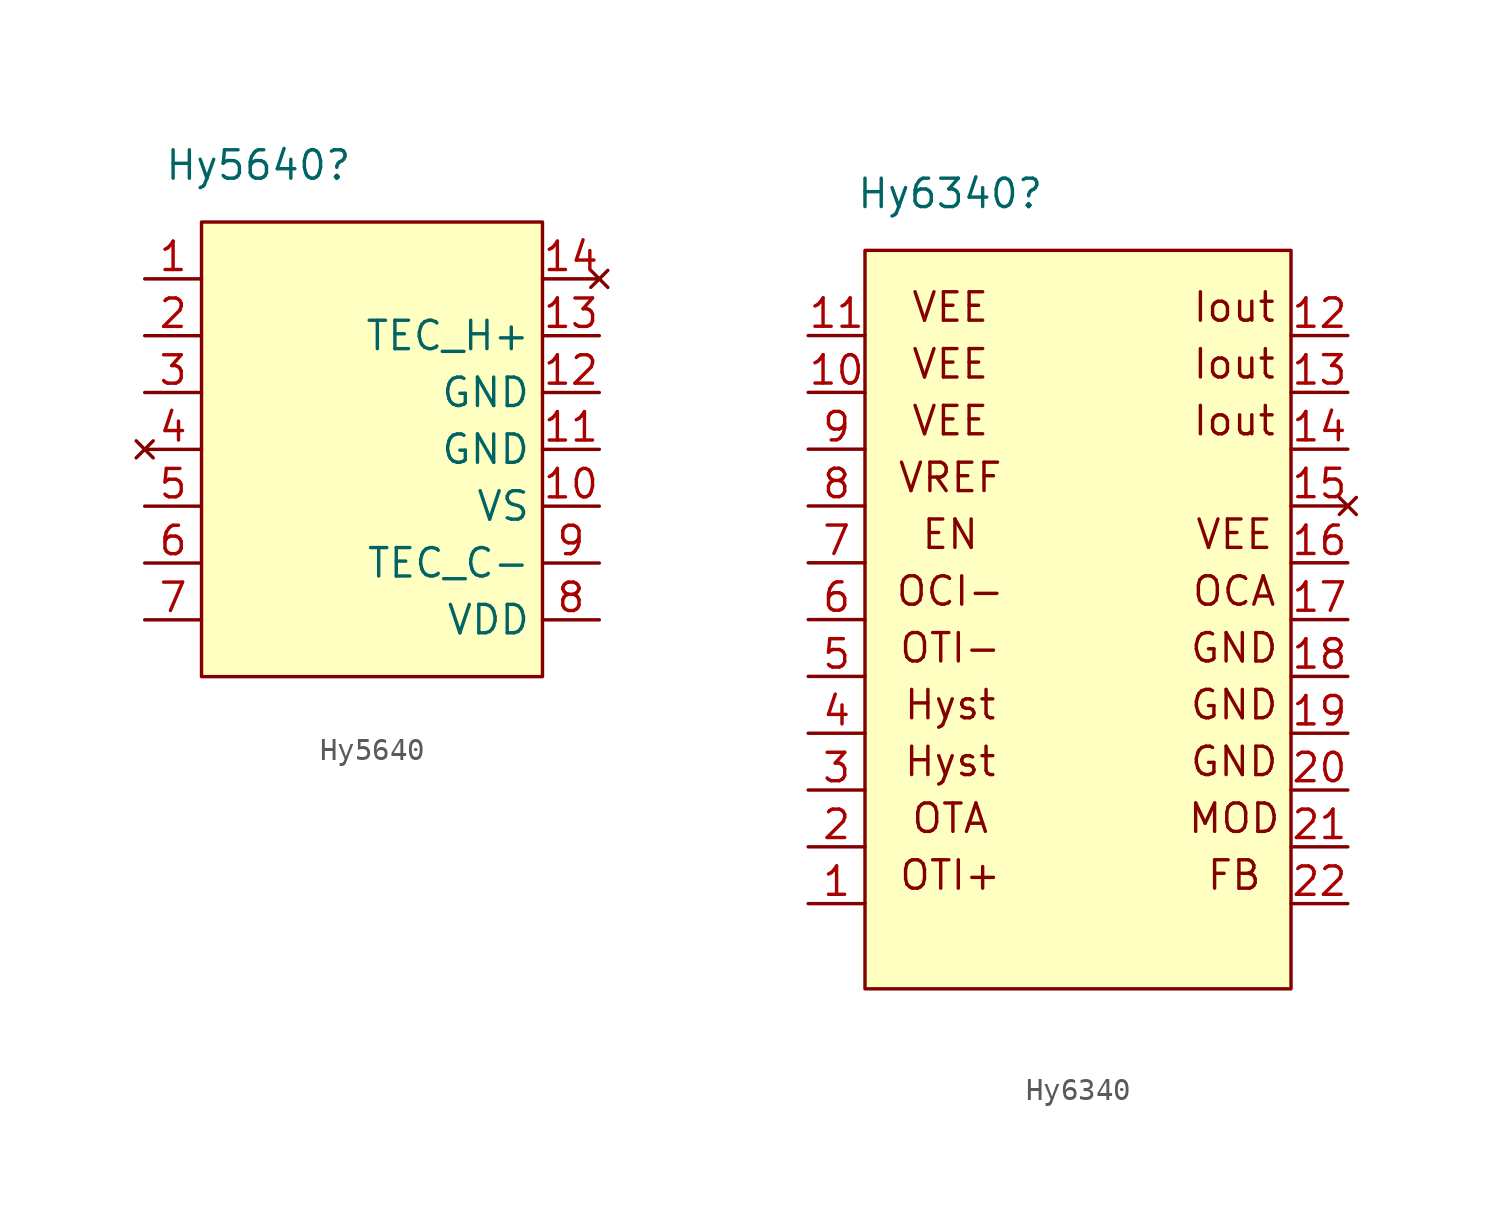
<source format=kicad_sym>
(kicad_symbol_lib
  (version 20220914)
  (generator kicad_symbol_editor)
  (symbol "Hy5640"
    (property "Reference" "Hy5640"
      (at -2.54 10.16 0)
      (effects (font (size 1.27 1.27))))
    (property "Value" ""
      (at -7.62 2.54 0)
      (effects (font (size 1.27 1.27))))
    (symbol "Hy5640_1_1"
      (rectangle (start -5.08 7.62) (end 10.16 -12.7) (stroke (width 0) (type default)) (fill (type background)))
      (pin input line (at -7.62 5.08 0) (length 2.54) (name "" (effects (font (size 1.27 1.27)))) (number "1" (effects (font (size 1.27 1.27)))))
      (pin input line (at 12.7 -5.08 180) (length 2.54) (name "VS" (effects (font (size 1.27 1.27)))) (number "10" (effects (font (size 1.27 1.27)))))
      (pin input line (at 12.7 -2.54 180) (length 2.54) (name "GND" (effects (font (size 1.27 1.27)))) (number "11" (effects (font (size 1.27 1.27)))))
      (pin input line (at 12.7 0 180) (length 2.54) (name "GND" (effects (font (size 1.27 1.27)))) (number "12" (effects (font (size 1.27 1.27)))))
      (pin bidirectional line (at 12.7 2.54 180) (length 2.54) (name "TEC_H+" (effects (font (size 1.27 1.27)))) (number "13" (effects (font (size 1.27 1.27)))))
      (pin no_connect line (at 12.7 5.08 180) (length 2.54) (name "" (effects (font (size 1.27 1.27)))) (number "14" (effects (font (size 1.27 1.27)))))
      (pin input line (at -7.62 2.54 0) (length 2.54) (name "" (effects (font (size 1.27 1.27)))) (number "2" (effects (font (size 1.27 1.27)))))
      (pin input line (at -7.62 0 0) (length 2.54) (name "" (effects (font (size 1.27 1.27)))) (number "3" (effects (font (size 1.27 1.27)))))
      (pin no_connect line (at -7.62 -2.54 0) (length 2.54) (name "" (effects (font (size 1.27 1.27)))) (number "4" (effects (font (size 1.27 1.27)))))
      (pin input line (at -7.62 -5.08 0) (length 2.54) (name "" (effects (font (size 1.27 1.27)))) (number "5" (effects (font (size 1.27 1.27)))))
      (pin input line (at -7.62 -7.62 0) (length 2.54) (name "" (effects (font (size 1.27 1.27)))) (number "6" (effects (font (size 1.27 1.27)))))
      (pin input line (at -7.62 -10.16 0) (length 2.54) (name "" (effects (font (size 1.27 1.27)))) (number "7" (effects (font (size 1.27 1.27)))))
      (pin input line (at 12.7 -10.16 180) (length 2.54) (name "VDD" (effects (font (size 1.27 1.27)))) (number "8" (effects (font (size 1.27 1.27)))))
      (pin bidirectional line (at 12.7 -7.62 180) (length 2.54) (name "TEC_C-" (effects (font (size 1.27 1.27)))) (number "9" (effects (font (size 1.27 1.27)))))))
  (symbol "Hy6340"
    (pin_names
      (offset 50))
    (property "Reference" "Hy6340"
      (at 0 27.94 0)
      (effects (font (size 1.27 1.27))))
    (property "Value" ""
      (at 0 0 0)
      (effects (font (size 1.27 1.27))))
    (symbol "Hy6340_1_1"
      (rectangle (start -3.81 25.4) (end 15.24 -7.62) (stroke (width 0) (type default)) (fill (type background)))
      (text "EN" (at 0 12.7 0) (effects (font (size 1.27 1.27))))
      (text "FB" (at 12.7 -2.54 0) (effects (font (size 1.27 1.27))))
      (text "GND" (at 12.7 2.54 0) (effects (font (size 1.27 1.27))))
      (text "GND" (at 12.7 5.08 0) (effects (font (size 1.27 1.27))))
      (text "GND" (at 12.7 7.62 0) (effects (font (size 1.27 1.27))))
      (text "Hyst" (at 0 2.54 0) (effects (font (size 1.27 1.27))))
      (text "Hyst" (at 0 5.08 0) (effects (font (size 1.27 1.27))))
      (text "Iout" (at 12.7 17.78 0) (effects (font (size 1.27 1.27))))
      (text "Iout" (at 12.7 20.32 0) (effects (font (size 1.27 1.27))))
      (text "Iout" (at 12.7 22.86 0) (effects (font (size 1.27 1.27))))
      (text "MOD" (at 12.7 0 0) (effects (font (size 1.27 1.27))))
      (text "OCA\n" (at 12.7 10.16 0) (effects (font (size 1.27 1.27))))
      (text "OCI-" (at 0 10.16 0) (effects (font (size 1.27 1.27))))
      (text "OTA" (at 0 0 0) (effects (font (size 1.27 1.27))))
      (text "OTI+" (at 0 -2.54 0) (effects (font (size 1.27 1.27))))
      (text "OTI-" (at 0 7.62 0) (effects (font (size 1.27 1.27))))
      (text "VEE" (at 0 17.78 0) (effects (font (size 1.27 1.27))))
      (text "VEE" (at 0 20.32 0) (effects (font (size 1.27 1.27))))
      (text "VEE" (at 0 22.86 0) (effects (font (size 1.27 1.27))))
      (text "VEE" (at 12.7 12.7 0) (effects (font (size 1.27 1.27))))
      (text "VREF" (at 0 15.24 0) (effects (font (size 1.27 1.27))))
      (pin input line (at -6.35 -3.81 0) (length 2.54) (name "" (effects (font (size 1.27 1.27)))) (number "1" (effects (font (size 1.27 1.27)))))
      (pin input line (at -6.35 19.05 0) (length 2.54) (name "" (effects (font (size 1.27 1.27)))) (number "10" (effects (font (size 1.27 1.27)))))
      (pin input line (at -6.35 21.59 0) (length 2.54) (name "" (effects (font (size 1.27 1.27)))) (number "11" (effects (font (size 1.27 1.27)))))
      (pin output line (at 17.78 21.59 180) (length 2.54) (name "" (effects (font (size 1.27 1.27)))) (number "12" (effects (font (size 1.27 1.27)))))
      (pin output line (at 17.78 19.05 180) (length 2.54) (name "" (effects (font (size 1.27 1.27)))) (number "13" (effects (font (size 1.27 1.27)))))
      (pin output line (at 17.78 16.51 180) (length 2.54) (name "" (effects (font (size 1.27 1.27)))) (number "14" (effects (font (size 1.27 1.27)))))
      (pin no_connect line (at 17.78 13.97 180) (length 2.54) (name "" (effects (font (size 1.27 1.27)))) (number "15" (effects (font (size 1.27 1.27)))))
      (pin input line (at 17.78 11.43 180) (length 2.54) (name "" (effects (font (size 1.27 1.27)))) (number "16" (effects (font (size 1.27 1.27)))))
      (pin output line (at 17.78 8.89 180) (length 2.54) (name "" (effects (font (size 1.27 1.27)))) (number "17" (effects (font (size 1.27 1.27)))))
      (pin input line (at 17.78 6.35 180) (length 2.54) (name "" (effects (font (size 1.27 1.27)))) (number "18" (effects (font (size 1.27 1.27)))))
      (pin input line (at 17.78 3.81 180) (length 2.54) (name "" (effects (font (size 1.27 1.27)))) (number "19" (effects (font (size 1.27 1.27)))))
      (pin output line (at -6.35 -1.27 0) (length 2.54) (name "" (effects (font (size 1.27 1.27)))) (number "2" (effects (font (size 1.27 1.27)))))
      (pin input line (at 17.78 1.27 180) (length 2.54) (name "" (effects (font (size 1.27 1.27)))) (number "20" (effects (font (size 1.27 1.27)))))
      (pin input line (at 17.78 -1.27 180) (length 2.54) (name "" (effects (font (size 1.27 1.27)))) (number "21" (effects (font (size 1.27 1.27)))))
      (pin input line (at 17.78 -3.81 180) (length 2.54) (name "" (effects (font (size 1.27 1.27)))) (number "22" (effects (font (size 1.27 1.27)))))
      (pin input line (at -6.35 1.27 0) (length 2.54) (name "" (effects (font (size 1.27 1.27)))) (number "3" (effects (font (size 1.27 1.27)))))
      (pin input line (at -6.35 3.81 0) (length 2.54) (name "" (effects (font (size 1.27 1.27)))) (number "4" (effects (font (size 1.27 1.27)))))
      (pin input line (at -6.35 6.35 0) (length 2.54) (name "" (effects (font (size 1.27 1.27)))) (number "5" (effects (font (size 1.27 1.27)))))
      (pin input line (at -6.35 8.89 0) (length 2.54) (name "" (effects (font (size 1.27 1.27)))) (number "6" (effects (font (size 1.27 1.27)))))
      (pin input line (at -6.35 11.43 0) (length 2.54) (name "" (effects (font (size 1.27 1.27)))) (number "7" (effects (font (size 1.27 1.27)))))
      (pin output line (at -6.35 13.97 0) (length 2.54) (name "" (effects (font (size 1.27 1.27)))) (number "8" (effects (font (size 1.27 1.27)))))
      (pin input line (at -6.35 16.51 0) (length 2.54) (name "" (effects (font (size 1.27 1.27)))) (number "9" (effects (font (size 1.27 1.27))))))))
</source>
